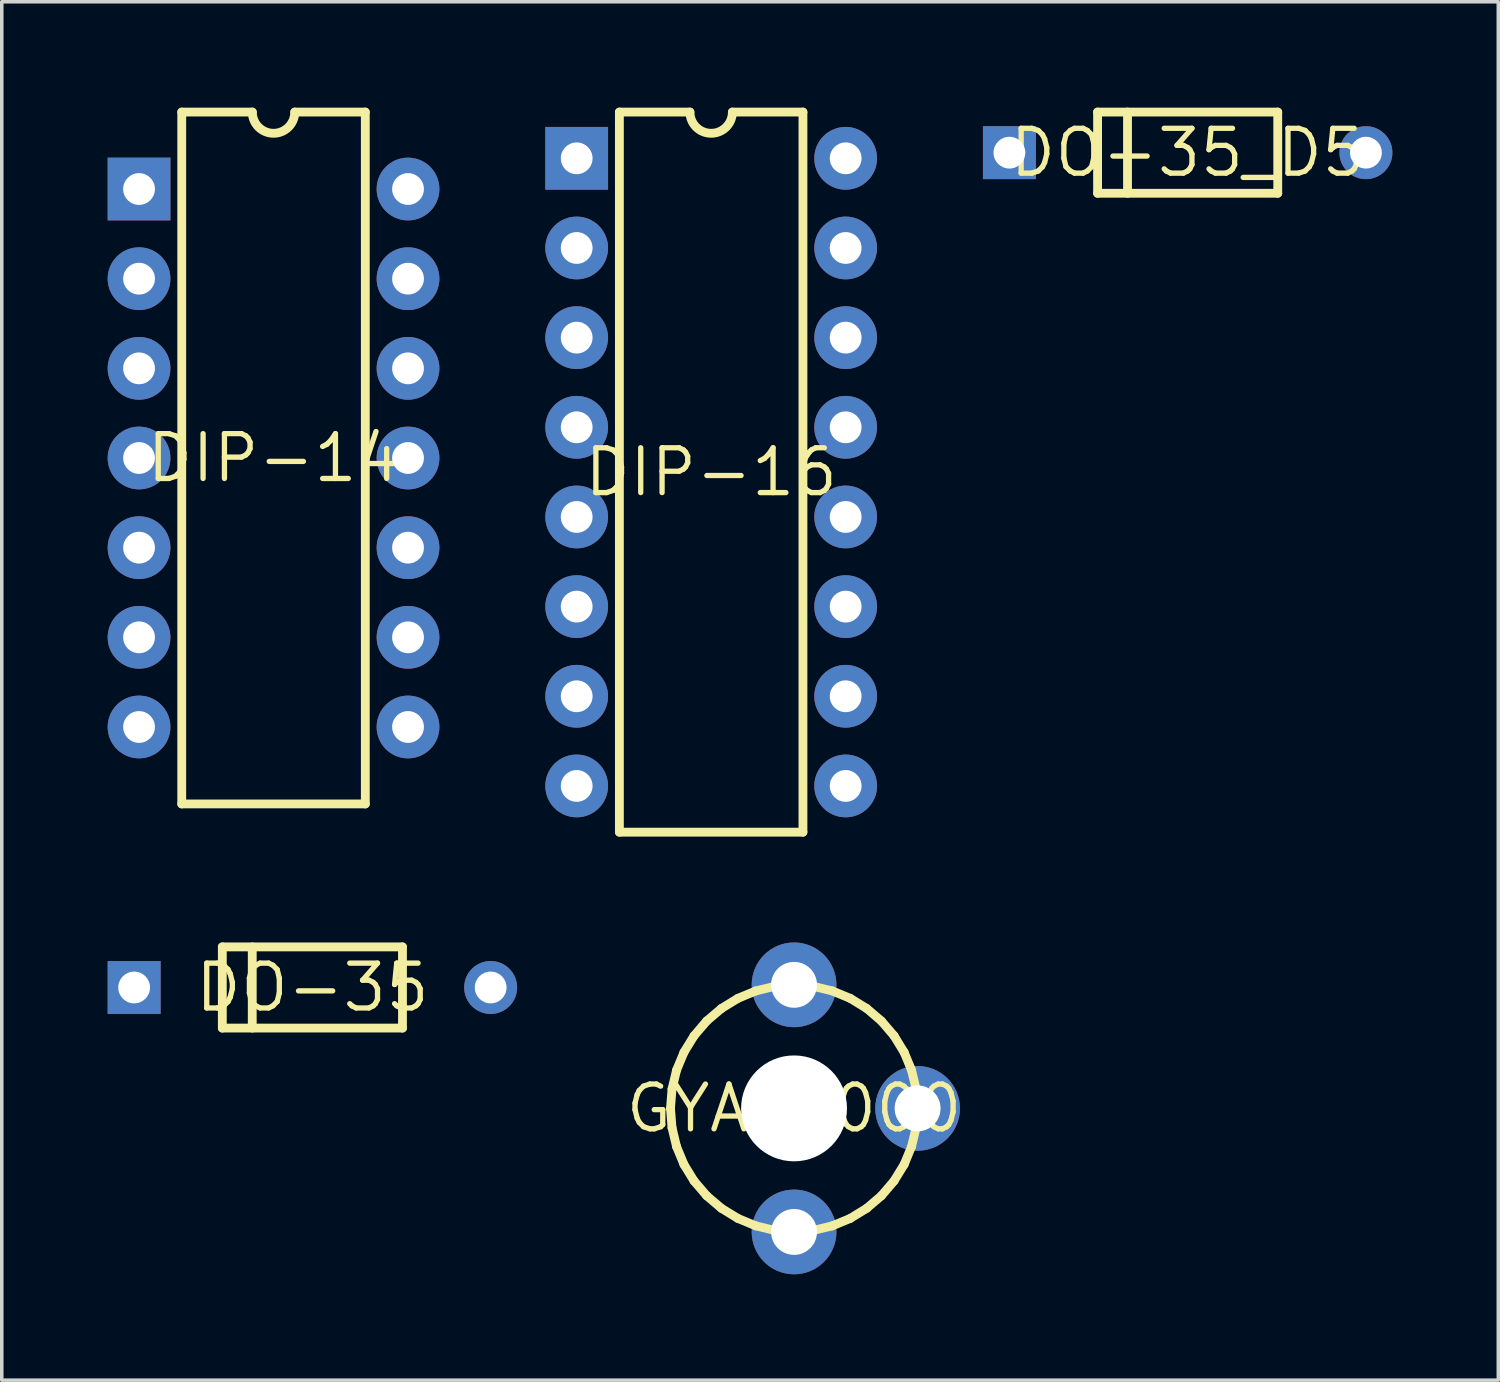
<source format=kicad_pcb>
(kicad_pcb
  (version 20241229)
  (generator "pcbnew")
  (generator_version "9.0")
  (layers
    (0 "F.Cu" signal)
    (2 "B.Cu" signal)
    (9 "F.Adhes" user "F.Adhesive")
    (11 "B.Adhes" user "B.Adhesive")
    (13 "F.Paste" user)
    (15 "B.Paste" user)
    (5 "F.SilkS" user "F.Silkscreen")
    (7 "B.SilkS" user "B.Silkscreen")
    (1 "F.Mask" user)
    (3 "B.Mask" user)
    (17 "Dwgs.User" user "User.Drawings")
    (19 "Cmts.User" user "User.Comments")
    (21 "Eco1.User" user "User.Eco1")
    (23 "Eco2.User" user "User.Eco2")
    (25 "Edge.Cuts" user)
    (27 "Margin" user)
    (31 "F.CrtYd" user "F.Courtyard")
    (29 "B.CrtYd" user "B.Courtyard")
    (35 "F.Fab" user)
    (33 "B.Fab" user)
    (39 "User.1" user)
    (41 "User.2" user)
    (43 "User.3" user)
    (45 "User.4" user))
  (footprint "GYA22000"
    (layer "F.Cu")
    (at 19.445 28.35)
    (property "Reference" "GYA22000" (at 0 0 0) (layer "F.SilkS") (effects (font (size 1.27 1.27) (thickness 0.15))))
    (fp_line (start -3.5 0) (end -3.457 0.547) (stroke (width 0.25) (type solid)) (layer "F.SilkS"))
    (fp_line (start -3.457 -0.547) (end -3.5 0) (stroke (width 0.25) (type solid)) (layer "F.SilkS"))
    (fp_line (start -3.457 0.547) (end -3.329 1.081) (stroke (width 0.25) (type solid)) (layer "F.SilkS"))
    (fp_line (start -3.329 -1.081) (end -3.457 -0.547) (stroke (width 0.25) (type solid)) (layer "F.SilkS"))
    (fp_line (start -3.329 1.081) (end -3.119 1.589) (stroke (width 0.25) (type solid)) (layer "F.SilkS"))
    (fp_line (start -3.119 -1.589) (end -3.329 -1.081) (stroke (width 0.25) (type solid)) (layer "F.SilkS"))
    (fp_line (start -3.119 1.589) (end -2.832 2.057) (stroke (width 0.25) (type solid)) (layer "F.SilkS"))
    (fp_line (start -2.832 -2.057) (end -3.119 -1.589) (stroke (width 0.25) (type solid)) (layer "F.SilkS"))
    (fp_line (start -2.832 2.057) (end -2.475 2.475) (stroke (width 0.25) (type solid)) (layer "F.SilkS"))
    (fp_line (start -2.475 -2.475) (end -2.832 -2.057) (stroke (width 0.25) (type solid)) (layer "F.SilkS"))
    (fp_line (start -2.475 2.475) (end -2.057 2.831) (stroke (width 0.25) (type solid)) (layer "F.SilkS"))
    (fp_line (start -2.057 -2.831) (end -2.475 -2.475) (stroke (width 0.25) (type solid)) (layer "F.SilkS"))
    (fp_line (start -2.057 2.831) (end -1.589 3.118) (stroke (width 0.25) (type solid)) (layer "F.SilkS"))
    (fp_line (start -1.589 -3.118) (end -2.057 -2.831) (stroke (width 0.25) (type solid)) (layer "F.SilkS"))
    (fp_line (start -1.589 3.118) (end -1.082 3.328) (stroke (width 0.25) (type solid)) (layer "F.SilkS"))
    (fp_line (start -1.082 -3.328) (end -1.589 -3.118) (stroke (width 0.25) (type solid)) (layer "F.SilkS"))
    (fp_line (start -1.082 3.328) (end -0.548 3.457) (stroke (width 0.25) (type solid)) (layer "F.SilkS"))
    (fp_line (start -0.548 -3.457) (end -1.082 -3.328) (stroke (width 0.25) (type solid)) (layer "F.SilkS"))
    (fp_line (start -0.548 3.457) (end 0 3.5) (stroke (width 0.25) (type solid)) (layer "F.SilkS"))
    (fp_line (start 0 -3.5) (end -0.548 -3.457) (stroke (width 0.25) (type solid)) (layer "F.SilkS"))
    (fp_line (start 0 3.5) (end 0.001 3.5) (stroke (width 0.25) (type solid)) (layer "F.SilkS"))
    (fp_line (start 0.001 -3.5) (end 0 -3.5) (stroke (width 0.25) (type solid)) (layer "F.SilkS"))
    (fp_line (start 0.001 3.5) (end 0.548 3.457) (stroke (width 0.25) (type solid)) (layer "F.SilkS"))
    (fp_line (start 0.548 -3.457) (end 0.001 -3.5) (stroke (width 0.25) (type solid)) (layer "F.SilkS"))
    (fp_line (start 0.548 3.457) (end 1.082 3.328) (stroke (width 0.25) (type solid)) (layer "F.SilkS"))
    (fp_line (start 1.082 -3.328) (end 0.548 -3.457) (stroke (width 0.25) (type solid)) (layer "F.SilkS"))
    (fp_line (start 1.082 3.328) (end 1.59 3.118) (stroke (width 0.25) (type solid)) (layer "F.SilkS"))
    (fp_line (start 1.59 -3.118) (end 1.082 -3.328) (stroke (width 0.25) (type solid)) (layer "F.SilkS"))
    (fp_line (start 1.59 3.118) (end 2.058 2.831) (stroke (width 0.25) (type solid)) (layer "F.SilkS"))
    (fp_line (start 2.058 -2.831) (end 1.59 -3.118) (stroke (width 0.25) (type solid)) (layer "F.SilkS"))
    (fp_line (start 2.058 2.831) (end 2.475 2.475) (stroke (width 0.25) (type solid)) (layer "F.SilkS"))
    (fp_line (start 2.475 -2.475) (end 2.058 -2.831) (stroke (width 0.25) (type solid)) (layer "F.SilkS"))
    (fp_line (start 2.475 2.475) (end 2.832 2.057) (stroke (width 0.25) (type solid)) (layer "F.SilkS"))
    (fp_line (start 2.832 -2.057) (end 2.475 -2.475) (stroke (width 0.25) (type solid)) (layer "F.SilkS"))
    (fp_line (start 2.832 2.057) (end 3.119 1.589) (stroke (width 0.25) (type solid)) (layer "F.SilkS"))
    (fp_line (start 3.119 -1.589) (end 2.832 -2.057) (stroke (width 0.25) (type solid)) (layer "F.SilkS"))
    (fp_line (start 3.119 1.589) (end 3.329 1.081) (stroke (width 0.25) (type solid)) (layer "F.SilkS"))
    (fp_line (start 3.329 -1.081) (end 3.119 -1.589) (stroke (width 0.25) (type solid)) (layer "F.SilkS"))
    (fp_line (start 3.329 1.081) (end 3.457 0.547) (stroke (width 0.25) (type solid)) (layer "F.SilkS"))
    (fp_line (start 3.457 -0.547) (end 3.329 -1.081) (stroke (width 0.25) (type solid)) (layer "F.SilkS"))
    (fp_line (start 3.457 0.547) (end 3.5 0) (stroke (width 0.25) (type solid)) (layer "F.SilkS"))
    (fp_line (start 3.5 0) (end 3.457 -0.547) (stroke (width 0.25) (type solid)) (layer "F.SilkS"))
    (pad "" np_thru_hole circle (at 0 0) (size 3 3) (drill 3) (layers "*.Cu" "*.Mask"))
    (pad "CCW" thru_hole circle (at 0 -3.5) (size 2.4 2.4) (drill 1.3) (layers "*.Cu" "*.Mask"))
    (pad "CW" thru_hole circle (at 0 3.5) (size 2.4 2.4) (drill 1.3) (layers "*.Cu" "*.Mask"))
    (pad "W" thru_hole circle (at 3.5 0) (size 2.4 2.4) (drill 1.3) (layers "*.Cu" "*.Mask")))
  (footprint "DIP-16"
    (layer "F.Cu")
    (at 17.097 10.325)
    (property "Reference" "DIP-16" (at 0 0 0) (layer "F.SilkS") (effects (font (size 1.27 1.27) (thickness 0.15))))
    (fp_line (start -2.6 -10.2) (end -2.6 10.2) (stroke (width 0.25) (type solid)) (layer "F.SilkS"))
    (fp_line (start -2.6 -10.2) (end -0.601 -10.2) (stroke (width 0.25) (type solid)) (layer "F.SilkS"))
    (fp_line (start -2.6 10.2) (end 2.6 10.2) (stroke (width 0.25) (type solid)) (layer "F.SilkS"))
    (fp_line (start 2.6 -10.2) (end 0.601 -10.2) (stroke (width 0.25) (type solid)) (layer "F.SilkS"))
    (fp_line (start 2.6 -10.2) (end 2.6 10.2) (stroke (width 0.25) (type solid)) (layer "F.SilkS"))
    (fp_arc (start 0.601 -10.199999) (mid 0 -9.599773) (end -0.601 -10.2) (stroke (width 0.25) (type solid)) (layer "F.SilkS"))
    (pad "1" thru_hole rect (at -3.81 -8.89 90) (size 1.778 1.778) (drill 0.9) (layers "*.Cu" "*.Mask"))
    (pad "2" thru_hole circle (at -3.81 -6.35 90) (size 1.778 1.778) (drill 0.9) (layers "*.Cu" "*.Mask"))
    (pad "3" thru_hole circle (at -3.81 -3.81 90) (size 1.778 1.778) (drill 0.9) (layers "*.Cu" "*.Mask"))
    (pad "4" thru_hole circle (at -3.81 -1.27 90) (size 1.778 1.778) (drill 0.9) (layers "*.Cu" "*.Mask"))
    (pad "5" thru_hole circle (at -3.81 1.27 90) (size 1.778 1.778) (drill 0.9) (layers "*.Cu" "*.Mask"))
    (pad "6" thru_hole circle (at -3.81 3.81 90) (size 1.778 1.778) (drill 0.9) (layers "*.Cu" "*.Mask"))
    (pad "7" thru_hole circle (at -3.81 6.35 90) (size 1.778 1.778) (drill 0.9) (layers "*.Cu" "*.Mask"))
    (pad "8" thru_hole circle (at -3.81 8.89 90) (size 1.778 1.778) (drill 0.9) (layers "*.Cu" "*.Mask"))
    (pad "9" thru_hole circle (at 3.81 8.89 90) (size 1.778 1.778) (drill 0.9) (layers "*.Cu" "*.Mask"))
    (pad "10" thru_hole circle (at 3.81 6.35 90) (size 1.778 1.778) (drill 0.9) (layers "*.Cu" "*.Mask"))
    (pad "11" thru_hole circle (at 3.81 3.81 90) (size 1.778 1.778) (drill 0.9) (layers "*.Cu" "*.Mask"))
    (pad "12" thru_hole circle (at 3.81 1.27 90) (size 1.778 1.778) (drill 0.9) (layers "*.Cu" "*.Mask"))
    (pad "13" thru_hole circle (at 3.81 -1.27 90) (size 1.778 1.778) (drill 0.9) (layers "*.Cu" "*.Mask"))
    (pad "14" thru_hole circle (at 3.81 -3.81 90) (size 1.778 1.778) (drill 0.9) (layers "*.Cu" "*.Mask"))
    (pad "15" thru_hole circle (at 3.81 -6.35 90) (size 1.778 1.778) (drill 0.9) (layers "*.Cu" "*.Mask"))
    (pad "16" thru_hole circle (at 3.81 -8.89 90) (size 1.778 1.778) (drill 0.9) (layers "*.Cu" "*.Mask")))
  (footprint "DO-35_D5"
    (layer "F.Cu")
    (at 30.596 1.275)
    (property "Reference" "DO-35_D5" (at 0 0 0) (layer "F.SilkS") (effects (font (size 1.27 1.27) (thickness 0.15))))
    (fp_line (start -2.552 -1.15) (end 2.552 -1.15) (stroke (width 0.25) (type solid)) (layer "F.SilkS"))
    (fp_line (start -2.552 1.15) (end -2.552 -1.15) (stroke (width 0.25) (type solid)) (layer "F.SilkS"))
    (fp_line (start -2.552 1.15) (end 2.552 1.15) (stroke (width 0.25) (type solid)) (layer "F.SilkS"))
    (fp_line (start -1.704 1.15) (end -1.704 -1.15) (stroke (width 0.25) (type solid)) (layer "F.SilkS"))
    (fp_line (start 2.552 1.15) (end 2.552 -1.15) (stroke (width 0.25) (type solid)) (layer "F.SilkS"))
    (pad "1" thru_hole rect (at -5.05 0) (size 1.5 1.5) (drill 0.9) (layers "*.Cu" "*.Mask"))
    (pad "2" thru_hole circle (at 5.05 0) (size 1.5 1.5) (drill 0.9) (layers "*.Cu" "*.Mask")))
  (footprint "DO-35"
    (layer "F.Cu")
    (at 5.8 24.925)
    (property "Reference" "DO-35" (at 0 0 0) (layer "F.SilkS") (effects (font (size 1.27 1.27) (thickness 0.15))))
    (fp_line (start -2.552 -1.15) (end 2.552 -1.15) (stroke (width 0.25) (type solid)) (layer "F.SilkS"))
    (fp_line (start -2.552 1.15) (end -2.552 -1.15) (stroke (width 0.25) (type solid)) (layer "F.SilkS"))
    (fp_line (start -2.552 1.15) (end 2.552 1.15) (stroke (width 0.25) (type solid)) (layer "F.SilkS"))
    (fp_line (start -1.704 1.15) (end -1.704 -1.15) (stroke (width 0.25) (type solid)) (layer "F.SilkS"))
    (fp_line (start 2.552 1.15) (end 2.552 -1.15) (stroke (width 0.25) (type solid)) (layer "F.SilkS"))
    (pad "1" thru_hole rect (at -5.05 0) (size 1.5 1.5) (drill 0.9) (layers "*.Cu" "*.Mask"))
    (pad "2" thru_hole circle (at 5.05 0) (size 1.5 1.5) (drill 0.9) (layers "*.Cu" "*.Mask")))
  (footprint "DIP-14"
    (layer "F.Cu")
    (at 4.699 9.925)
    (property "Reference" "DIP-14" (at 0 0 0) (layer "F.SilkS") (effects (font (size 1.27 1.27) (thickness 0.15))))
    (fp_line (start -2.6 -9.8) (end -2.6 9.8) (stroke (width 0.25) (type solid)) (layer "F.SilkS"))
    (fp_line (start -2.6 -9.8) (end -0.601 -9.8) (stroke (width 0.25) (type solid)) (layer "F.SilkS"))
    (fp_line (start -2.6 9.8) (end 2.6 9.8) (stroke (width 0.25) (type solid)) (layer "F.SilkS"))
    (fp_line (start 2.6 -9.8) (end 0.601 -9.8) (stroke (width 0.25) (type solid)) (layer "F.SilkS"))
    (fp_line (start 2.6 -9.8) (end 2.6 9.8) (stroke (width 0.25) (type solid)) (layer "F.SilkS"))
    (fp_arc (start 0.601 -9.799999) (mid 0 -9.199773) (end -0.601 -9.8) (stroke (width 0.25) (type solid)) (layer "F.SilkS"))
    (pad "1" thru_hole rect (at -3.81 -7.62 90) (size 1.778 1.778) (drill 0.9) (layers "*.Cu" "*.Mask"))
    (pad "2" thru_hole circle (at -3.81 -5.08 90) (size 1.778 1.778) (drill 0.9) (layers "*.Cu" "*.Mask"))
    (pad "3" thru_hole circle (at -3.81 -2.54 90) (size 1.778 1.778) (drill 0.9) (layers "*.Cu" "*.Mask"))
    (pad "4" thru_hole circle (at -3.81 0 90) (size 1.778 1.778) (drill 0.9) (layers "*.Cu" "*.Mask"))
    (pad "5" thru_hole circle (at -3.81 2.54 90) (size 1.778 1.778) (drill 0.9) (layers "*.Cu" "*.Mask"))
    (pad "6" thru_hole circle (at -3.81 5.08 90) (size 1.778 1.778) (drill 0.9) (layers "*.Cu" "*.Mask"))
    (pad "7" thru_hole circle (at -3.81 7.62 90) (size 1.778 1.778) (drill 0.9) (layers "*.Cu" "*.Mask"))
    (pad "8" thru_hole circle (at 3.81 7.62 90) (size 1.778 1.778) (drill 0.9) (layers "*.Cu" "*.Mask"))
    (pad "9" thru_hole circle (at 3.81 5.08 90) (size 1.778 1.778) (drill 0.9) (layers "*.Cu" "*.Mask"))
    (pad "10" thru_hole circle (at 3.81 2.54 90) (size 1.778 1.778) (drill 0.9) (layers "*.Cu" "*.Mask"))
    (pad "11" thru_hole circle (at 3.81 0 90) (size 1.778 1.778) (drill 0.9) (layers "*.Cu" "*.Mask"))
    (pad "12" thru_hole circle (at 3.81 -2.54 90) (size 1.778 1.778) (drill 0.9) (layers "*.Cu" "*.Mask"))
    (pad "13" thru_hole circle (at 3.81 -5.08 90) (size 1.778 1.778) (drill 0.9) (layers "*.Cu" "*.Mask"))
    (pad "14" thru_hole circle (at 3.81 -7.62 90) (size 1.778 1.778) (drill 0.9) (layers "*.Cu" "*.Mask")))
  (gr_rect
    (start -3 -3)
    (end 39.396 36.05)
    (stroke (width 0.1) (type default))
    (fill no)
    (layer "Edge.Cuts")))
</source>
